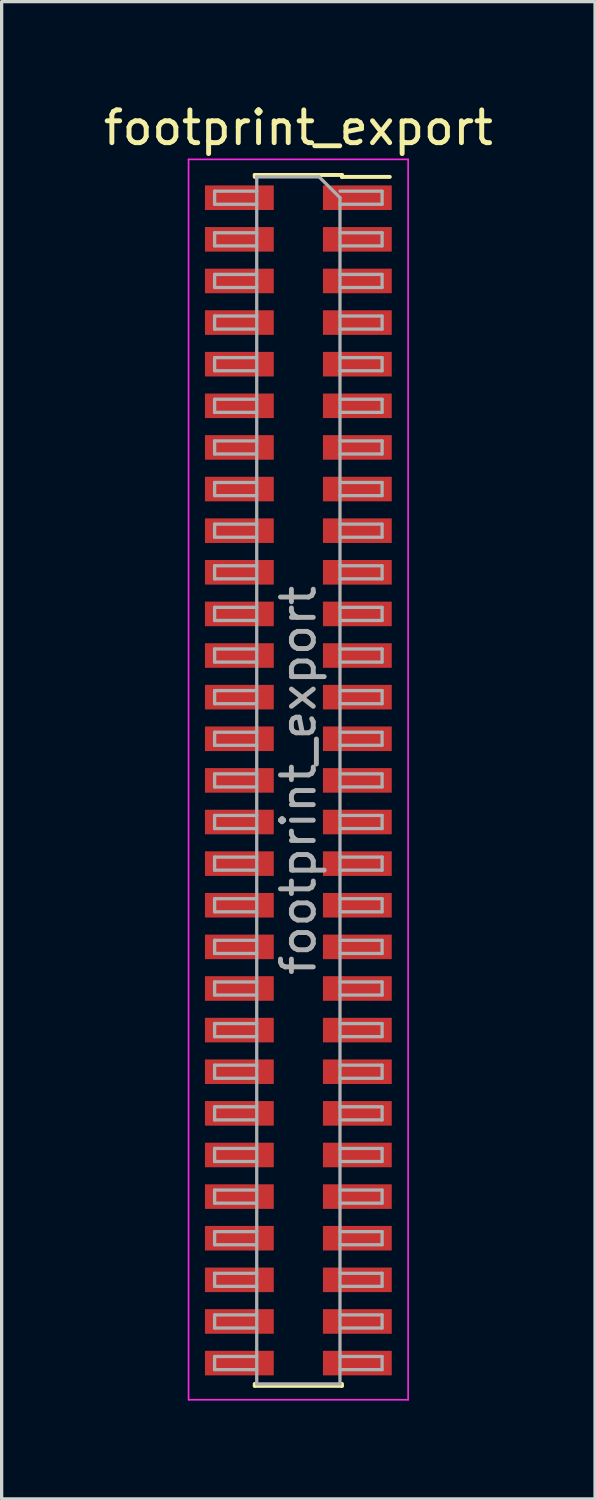
<source format=kicad_pcb>
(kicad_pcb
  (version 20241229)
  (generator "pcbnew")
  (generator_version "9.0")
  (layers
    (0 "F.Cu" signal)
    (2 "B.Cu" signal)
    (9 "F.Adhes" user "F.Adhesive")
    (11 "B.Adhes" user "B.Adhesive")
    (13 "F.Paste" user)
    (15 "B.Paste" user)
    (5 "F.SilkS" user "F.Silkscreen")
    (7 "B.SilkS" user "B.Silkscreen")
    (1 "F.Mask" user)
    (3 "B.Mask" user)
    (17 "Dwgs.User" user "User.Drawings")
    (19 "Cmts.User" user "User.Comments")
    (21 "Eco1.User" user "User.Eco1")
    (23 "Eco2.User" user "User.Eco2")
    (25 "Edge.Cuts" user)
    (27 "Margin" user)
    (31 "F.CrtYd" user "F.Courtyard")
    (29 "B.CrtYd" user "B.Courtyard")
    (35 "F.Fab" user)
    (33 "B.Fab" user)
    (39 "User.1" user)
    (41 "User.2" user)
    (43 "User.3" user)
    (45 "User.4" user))
  (footprint "footprint_export"
    (layer "F.Cu")
    (at 6.054 20.763)
    (property "Reference" "footprint_export" (at 0 -19.915 0) (layer "F.SilkS") (effects (font (size 1 1) (thickness 0.15))))
    (attr smd)
    (fp_line (start -1.33 -18.475) (end -1.33 -18.415) (stroke (width 0.12) (type solid)) (layer "F.SilkS"))
    (fp_line (start -1.33 -18.475) (end 1.33 -18.475) (stroke (width 0.12) (type solid)) (layer "F.SilkS"))
    (fp_line (start -1.33 18.415) (end -1.33 18.475) (stroke (width 0.12) (type solid)) (layer "F.SilkS"))
    (fp_line (start -1.33 18.475) (end 1.33 18.475) (stroke (width 0.12) (type solid)) (layer "F.SilkS"))
    (fp_line (start 1.33 -18.475) (end 1.33 -18.415) (stroke (width 0.12) (type solid)) (layer "F.SilkS"))
    (fp_line (start 1.33 -18.415) (end 2.79 -18.415) (stroke (width 0.12) (type solid)) (layer "F.SilkS"))
    (fp_line (start 1.33 18.415) (end 1.33 18.475) (stroke (width 0.12) (type solid)) (layer "F.SilkS"))
    (fp_line (start -3.35 -18.95) (end 3.35 -18.95) (stroke (width 0.05) (type solid)) (layer "F.CrtYd"))
    (fp_line (start -3.35 18.9) (end -3.35 -18.95) (stroke (width 0.05) (type solid)) (layer "F.CrtYd"))
    (fp_line (start 3.35 -18.95) (end 3.35 18.9) (stroke (width 0.05) (type solid)) (layer "F.CrtYd"))
    (fp_line (start 3.35 18.9) (end -3.35 18.9) (stroke (width 0.05) (type solid)) (layer "F.CrtYd"))
    (fp_line (start -2.555 -17.98) (end -1.27 -17.98) (stroke (width 0.1) (type solid)) (layer "F.Fab"))
    (fp_line (start -2.555 -17.58) (end -2.555 -17.98) (stroke (width 0.1) (type solid)) (layer "F.Fab"))
    (fp_line (start -2.555 -16.71) (end -1.27 -16.71) (stroke (width 0.1) (type solid)) (layer "F.Fab"))
    (fp_line (start -2.555 -16.31) (end -2.555 -16.71) (stroke (width 0.1) (type solid)) (layer "F.Fab"))
    (fp_line (start -2.555 -15.44) (end -1.27 -15.44) (stroke (width 0.1) (type solid)) (layer "F.Fab"))
    (fp_line (start -2.555 -15.04) (end -2.555 -15.44) (stroke (width 0.1) (type solid)) (layer "F.Fab"))
    (fp_line (start -2.555 -14.17) (end -1.27 -14.17) (stroke (width 0.1) (type solid)) (layer "F.Fab"))
    (fp_line (start -2.555 -13.77) (end -2.555 -14.17) (stroke (width 0.1) (type solid)) (layer "F.Fab"))
    (fp_line (start -2.555 -12.9) (end -1.27 -12.9) (stroke (width 0.1) (type solid)) (layer "F.Fab"))
    (fp_line (start -2.555 -12.5) (end -2.555 -12.9) (stroke (width 0.1) (type solid)) (layer "F.Fab"))
    (fp_line (start -2.555 -11.63) (end -1.27 -11.63) (stroke (width 0.1) (type solid)) (layer "F.Fab"))
    (fp_line (start -2.555 -11.23) (end -2.555 -11.63) (stroke (width 0.1) (type solid)) (layer "F.Fab"))
    (fp_line (start -2.555 -10.36) (end -1.27 -10.36) (stroke (width 0.1) (type solid)) (layer "F.Fab"))
    (fp_line (start -2.555 -9.96) (end -2.555 -10.36) (stroke (width 0.1) (type solid)) (layer "F.Fab"))
    (fp_line (start -2.555 -9.09) (end -1.27 -9.09) (stroke (width 0.1) (type solid)) (layer "F.Fab"))
    (fp_line (start -2.555 -8.69) (end -2.555 -9.09) (stroke (width 0.1) (type solid)) (layer "F.Fab"))
    (fp_line (start -2.555 -7.82) (end -1.27 -7.82) (stroke (width 0.1) (type solid)) (layer "F.Fab"))
    (fp_line (start -2.555 -7.42) (end -2.555 -7.82) (stroke (width 0.1) (type solid)) (layer "F.Fab"))
    (fp_line (start -2.555 -6.55) (end -1.27 -6.55) (stroke (width 0.1) (type solid)) (layer "F.Fab"))
    (fp_line (start -2.555 -6.15) (end -2.555 -6.55) (stroke (width 0.1) (type solid)) (layer "F.Fab"))
    (fp_line (start -2.555 -5.28) (end -1.27 -5.28) (stroke (width 0.1) (type solid)) (layer "F.Fab"))
    (fp_line (start -2.555 -4.88) (end -2.555 -5.28) (stroke (width 0.1) (type solid)) (layer "F.Fab"))
    (fp_line (start -2.555 -4.01) (end -1.27 -4.01) (stroke (width 0.1) (type solid)) (layer "F.Fab"))
    (fp_line (start -2.555 -3.61) (end -2.555 -4.01) (stroke (width 0.1) (type solid)) (layer "F.Fab"))
    (fp_line (start -2.555 -2.74) (end -1.27 -2.74) (stroke (width 0.1) (type solid)) (layer "F.Fab"))
    (fp_line (start -2.555 -2.34) (end -2.555 -2.74) (stroke (width 0.1) (type solid)) (layer "F.Fab"))
    (fp_line (start -2.555 -1.47) (end -1.27 -1.47) (stroke (width 0.1) (type solid)) (layer "F.Fab"))
    (fp_line (start -2.555 -1.07) (end -2.555 -1.47) (stroke (width 0.1) (type solid)) (layer "F.Fab"))
    (fp_line (start -2.555 -0.2) (end -1.27 -0.2) (stroke (width 0.1) (type solid)) (layer "F.Fab"))
    (fp_line (start -2.555 0.2) (end -2.555 -0.2) (stroke (width 0.1) (type solid)) (layer "F.Fab"))
    (fp_line (start -2.555 1.07) (end -1.27 1.07) (stroke (width 0.1) (type solid)) (layer "F.Fab"))
    (fp_line (start -2.555 1.47) (end -2.555 1.07) (stroke (width 0.1) (type solid)) (layer "F.Fab"))
    (fp_line (start -2.555 2.34) (end -1.27 2.34) (stroke (width 0.1) (type solid)) (layer "F.Fab"))
    (fp_line (start -2.555 2.74) (end -2.555 2.34) (stroke (width 0.1) (type solid)) (layer "F.Fab"))
    (fp_line (start -2.555 3.61) (end -1.27 3.61) (stroke (width 0.1) (type solid)) (layer "F.Fab"))
    (fp_line (start -2.555 4.01) (end -2.555 3.61) (stroke (width 0.1) (type solid)) (layer "F.Fab"))
    (fp_line (start -2.555 4.88) (end -1.27 4.88) (stroke (width 0.1) (type solid)) (layer "F.Fab"))
    (fp_line (start -2.555 5.28) (end -2.555 4.88) (stroke (width 0.1) (type solid)) (layer "F.Fab"))
    (fp_line (start -2.555 6.15) (end -1.27 6.15) (stroke (width 0.1) (type solid)) (layer "F.Fab"))
    (fp_line (start -2.555 6.55) (end -2.555 6.15) (stroke (width 0.1) (type solid)) (layer "F.Fab"))
    (fp_line (start -2.555 7.42) (end -1.27 7.42) (stroke (width 0.1) (type solid)) (layer "F.Fab"))
    (fp_line (start -2.555 7.82) (end -2.555 7.42) (stroke (width 0.1) (type solid)) (layer "F.Fab"))
    (fp_line (start -2.555 8.69) (end -1.27 8.69) (stroke (width 0.1) (type solid)) (layer "F.Fab"))
    (fp_line (start -2.555 9.09) (end -2.555 8.69) (stroke (width 0.1) (type solid)) (layer "F.Fab"))
    (fp_line (start -2.555 9.96) (end -1.27 9.96) (stroke (width 0.1) (type solid)) (layer "F.Fab"))
    (fp_line (start -2.555 10.36) (end -2.555 9.96) (stroke (width 0.1) (type solid)) (layer "F.Fab"))
    (fp_line (start -2.555 11.23) (end -1.27 11.23) (stroke (width 0.1) (type solid)) (layer "F.Fab"))
    (fp_line (start -2.555 11.63) (end -2.555 11.23) (stroke (width 0.1) (type solid)) (layer "F.Fab"))
    (fp_line (start -2.555 12.5) (end -1.27 12.5) (stroke (width 0.1) (type solid)) (layer "F.Fab"))
    (fp_line (start -2.555 12.9) (end -2.555 12.5) (stroke (width 0.1) (type solid)) (layer "F.Fab"))
    (fp_line (start -2.555 13.77) (end -1.27 13.77) (stroke (width 0.1) (type solid)) (layer "F.Fab"))
    (fp_line (start -2.555 14.17) (end -2.555 13.77) (stroke (width 0.1) (type solid)) (layer "F.Fab"))
    (fp_line (start -2.555 15.04) (end -1.27 15.04) (stroke (width 0.1) (type solid)) (layer "F.Fab"))
    (fp_line (start -2.555 15.44) (end -2.555 15.04) (stroke (width 0.1) (type solid)) (layer "F.Fab"))
    (fp_line (start -2.555 16.31) (end -1.27 16.31) (stroke (width 0.1) (type solid)) (layer "F.Fab"))
    (fp_line (start -2.555 16.71) (end -2.555 16.31) (stroke (width 0.1) (type solid)) (layer "F.Fab"))
    (fp_line (start -2.555 17.58) (end -1.27 17.58) (stroke (width 0.1) (type solid)) (layer "F.Fab"))
    (fp_line (start -2.555 17.98) (end -2.555 17.58) (stroke (width 0.1) (type solid)) (layer "F.Fab"))
    (fp_line (start -1.27 -18.415) (end 0.635 -18.415) (stroke (width 0.1) (type solid)) (layer "F.Fab"))
    (fp_line (start -1.27 -17.58) (end -2.555 -17.58) (stroke (width 0.1) (type solid)) (layer "F.Fab"))
    (fp_line (start -1.27 -16.31) (end -2.555 -16.31) (stroke (width 0.1) (type solid)) (layer "F.Fab"))
    (fp_line (start -1.27 -15.04) (end -2.555 -15.04) (stroke (width 0.1) (type solid)) (layer "F.Fab"))
    (fp_line (start -1.27 -13.77) (end -2.555 -13.77) (stroke (width 0.1) (type solid)) (layer "F.Fab"))
    (fp_line (start -1.27 -12.5) (end -2.555 -12.5) (stroke (width 0.1) (type solid)) (layer "F.Fab"))
    (fp_line (start -1.27 -11.23) (end -2.555 -11.23) (stroke (width 0.1) (type solid)) (layer "F.Fab"))
    (fp_line (start -1.27 -9.96) (end -2.555 -9.96) (stroke (width 0.1) (type solid)) (layer "F.Fab"))
    (fp_line (start -1.27 -8.69) (end -2.555 -8.69) (stroke (width 0.1) (type solid)) (layer "F.Fab"))
    (fp_line (start -1.27 -7.42) (end -2.555 -7.42) (stroke (width 0.1) (type solid)) (layer "F.Fab"))
    (fp_line (start -1.27 -6.15) (end -2.555 -6.15) (stroke (width 0.1) (type solid)) (layer "F.Fab"))
    (fp_line (start -1.27 -4.88) (end -2.555 -4.88) (stroke (width 0.1) (type solid)) (layer "F.Fab"))
    (fp_line (start -1.27 -3.61) (end -2.555 -3.61) (stroke (width 0.1) (type solid)) (layer "F.Fab"))
    (fp_line (start -1.27 -2.34) (end -2.555 -2.34) (stroke (width 0.1) (type solid)) (layer "F.Fab"))
    (fp_line (start -1.27 -1.07) (end -2.555 -1.07) (stroke (width 0.1) (type solid)) (layer "F.Fab"))
    (fp_line (start -1.27 0.2) (end -2.555 0.2) (stroke (width 0.1) (type solid)) (layer "F.Fab"))
    (fp_line (start -1.27 1.47) (end -2.555 1.47) (stroke (width 0.1) (type solid)) (layer "F.Fab"))
    (fp_line (start -1.27 2.74) (end -2.555 2.74) (stroke (width 0.1) (type solid)) (layer "F.Fab"))
    (fp_line (start -1.27 4.01) (end -2.555 4.01) (stroke (width 0.1) (type solid)) (layer "F.Fab"))
    (fp_line (start -1.27 5.28) (end -2.555 5.28) (stroke (width 0.1) (type solid)) (layer "F.Fab"))
    (fp_line (start -1.27 6.55) (end -2.555 6.55) (stroke (width 0.1) (type solid)) (layer "F.Fab"))
    (fp_line (start -1.27 7.82) (end -2.555 7.82) (stroke (width 0.1) (type solid)) (layer "F.Fab"))
    (fp_line (start -1.27 9.09) (end -2.555 9.09) (stroke (width 0.1) (type solid)) (layer "F.Fab"))
    (fp_line (start -1.27 10.36) (end -2.555 10.36) (stroke (width 0.1) (type solid)) (layer "F.Fab"))
    (fp_line (start -1.27 11.63) (end -2.555 11.63) (stroke (width 0.1) (type solid)) (layer "F.Fab"))
    (fp_line (start -1.27 12.9) (end -2.555 12.9) (stroke (width 0.1) (type solid)) (layer "F.Fab"))
    (fp_line (start -1.27 14.17) (end -2.555 14.17) (stroke (width 0.1) (type solid)) (layer "F.Fab"))
    (fp_line (start -1.27 15.44) (end -2.555 15.44) (stroke (width 0.1) (type solid)) (layer "F.Fab"))
    (fp_line (start -1.27 16.71) (end -2.555 16.71) (stroke (width 0.1) (type solid)) (layer "F.Fab"))
    (fp_line (start -1.27 17.98) (end -2.555 17.98) (stroke (width 0.1) (type solid)) (layer "F.Fab"))
    (fp_line (start -1.27 18.415) (end -1.27 -18.415) (stroke (width 0.1) (type solid)) (layer "F.Fab"))
    (fp_line (start 0.635 -18.415) (end 1.27 -17.78) (stroke (width 0.1) (type solid)) (layer "F.Fab"))
    (fp_line (start 1.27 -17.98) (end 2.555 -17.98) (stroke (width 0.1) (type solid)) (layer "F.Fab"))
    (fp_line (start 1.27 -17.78) (end 1.27 18.415) (stroke (width 0.1) (type solid)) (layer "F.Fab"))
    (fp_line (start 1.27 -16.71) (end 2.555 -16.71) (stroke (width 0.1) (type solid)) (layer "F.Fab"))
    (fp_line (start 1.27 -15.44) (end 2.555 -15.44) (stroke (width 0.1) (type solid)) (layer "F.Fab"))
    (fp_line (start 1.27 -14.17) (end 2.555 -14.17) (stroke (width 0.1) (type solid)) (layer "F.Fab"))
    (fp_line (start 1.27 -12.9) (end 2.555 -12.9) (stroke (width 0.1) (type solid)) (layer "F.Fab"))
    (fp_line (start 1.27 -11.63) (end 2.555 -11.63) (stroke (width 0.1) (type solid)) (layer "F.Fab"))
    (fp_line (start 1.27 -10.36) (end 2.555 -10.36) (stroke (width 0.1) (type solid)) (layer "F.Fab"))
    (fp_line (start 1.27 -9.09) (end 2.555 -9.09) (stroke (width 0.1) (type solid)) (layer "F.Fab"))
    (fp_line (start 1.27 -7.82) (end 2.555 -7.82) (stroke (width 0.1) (type solid)) (layer "F.Fab"))
    (fp_line (start 1.27 -6.55) (end 2.555 -6.55) (stroke (width 0.1) (type solid)) (layer "F.Fab"))
    (fp_line (start 1.27 -5.28) (end 2.555 -5.28) (stroke (width 0.1) (type solid)) (layer "F.Fab"))
    (fp_line (start 1.27 -4.01) (end 2.555 -4.01) (stroke (width 0.1) (type solid)) (layer "F.Fab"))
    (fp_line (start 1.27 -2.74) (end 2.555 -2.74) (stroke (width 0.1) (type solid)) (layer "F.Fab"))
    (fp_line (start 1.27 -1.47) (end 2.555 -1.47) (stroke (width 0.1) (type solid)) (layer "F.Fab"))
    (fp_line (start 1.27 -0.2) (end 2.555 -0.2) (stroke (width 0.1) (type solid)) (layer "F.Fab"))
    (fp_line (start 1.27 1.07) (end 2.555 1.07) (stroke (width 0.1) (type solid)) (layer "F.Fab"))
    (fp_line (start 1.27 2.34) (end 2.555 2.34) (stroke (width 0.1) (type solid)) (layer "F.Fab"))
    (fp_line (start 1.27 3.61) (end 2.555 3.61) (stroke (width 0.1) (type solid)) (layer "F.Fab"))
    (fp_line (start 1.27 4.88) (end 2.555 4.88) (stroke (width 0.1) (type solid)) (layer "F.Fab"))
    (fp_line (start 1.27 6.15) (end 2.555 6.15) (stroke (width 0.1) (type solid)) (layer "F.Fab"))
    (fp_line (start 1.27 7.42) (end 2.555 7.42) (stroke (width 0.1) (type solid)) (layer "F.Fab"))
    (fp_line (start 1.27 8.69) (end 2.555 8.69) (stroke (width 0.1) (type solid)) (layer "F.Fab"))
    (fp_line (start 1.27 9.96) (end 2.555 9.96) (stroke (width 0.1) (type solid)) (layer "F.Fab"))
    (fp_line (start 1.27 11.23) (end 2.555 11.23) (stroke (width 0.1) (type solid)) (layer "F.Fab"))
    (fp_line (start 1.27 12.5) (end 2.555 12.5) (stroke (width 0.1) (type solid)) (layer "F.Fab"))
    (fp_line (start 1.27 13.77) (end 2.555 13.77) (stroke (width 0.1) (type solid)) (layer "F.Fab"))
    (fp_line (start 1.27 15.04) (end 2.555 15.04) (stroke (width 0.1) (type solid)) (layer "F.Fab"))
    (fp_line (start 1.27 16.31) (end 2.555 16.31) (stroke (width 0.1) (type solid)) (layer "F.Fab"))
    (fp_line (start 1.27 17.58) (end 2.555 17.58) (stroke (width 0.1) (type solid)) (layer "F.Fab"))
    (fp_line (start 1.27 18.415) (end -1.27 18.415) (stroke (width 0.1) (type solid)) (layer "F.Fab"))
    (fp_line (start 2.555 -17.98) (end 2.555 -17.58) (stroke (width 0.1) (type solid)) (layer "F.Fab"))
    (fp_line (start 2.555 -17.58) (end 1.27 -17.58) (stroke (width 0.1) (type solid)) (layer "F.Fab"))
    (fp_line (start 2.555 -16.71) (end 2.555 -16.31) (stroke (width 0.1) (type solid)) (layer "F.Fab"))
    (fp_line (start 2.555 -16.31) (end 1.27 -16.31) (stroke (width 0.1) (type solid)) (layer "F.Fab"))
    (fp_line (start 2.555 -15.44) (end 2.555 -15.04) (stroke (width 0.1) (type solid)) (layer "F.Fab"))
    (fp_line (start 2.555 -15.04) (end 1.27 -15.04) (stroke (width 0.1) (type solid)) (layer "F.Fab"))
    (fp_line (start 2.555 -14.17) (end 2.555 -13.77) (stroke (width 0.1) (type solid)) (layer "F.Fab"))
    (fp_line (start 2.555 -13.77) (end 1.27 -13.77) (stroke (width 0.1) (type solid)) (layer "F.Fab"))
    (fp_line (start 2.555 -12.9) (end 2.555 -12.5) (stroke (width 0.1) (type solid)) (layer "F.Fab"))
    (fp_line (start 2.555 -12.5) (end 1.27 -12.5) (stroke (width 0.1) (type solid)) (layer "F.Fab"))
    (fp_line (start 2.555 -11.63) (end 2.555 -11.23) (stroke (width 0.1) (type solid)) (layer "F.Fab"))
    (fp_line (start 2.555 -11.23) (end 1.27 -11.23) (stroke (width 0.1) (type solid)) (layer "F.Fab"))
    (fp_line (start 2.555 -10.36) (end 2.555 -9.96) (stroke (width 0.1) (type solid)) (layer "F.Fab"))
    (fp_line (start 2.555 -9.96) (end 1.27 -9.96) (stroke (width 0.1) (type solid)) (layer "F.Fab"))
    (fp_line (start 2.555 -9.09) (end 2.555 -8.69) (stroke (width 0.1) (type solid)) (layer "F.Fab"))
    (fp_line (start 2.555 -8.69) (end 1.27 -8.69) (stroke (width 0.1) (type solid)) (layer "F.Fab"))
    (fp_line (start 2.555 -7.82) (end 2.555 -7.42) (stroke (width 0.1) (type solid)) (layer "F.Fab"))
    (fp_line (start 2.555 -7.42) (end 1.27 -7.42) (stroke (width 0.1) (type solid)) (layer "F.Fab"))
    (fp_line (start 2.555 -6.55) (end 2.555 -6.15) (stroke (width 0.1) (type solid)) (layer "F.Fab"))
    (fp_line (start 2.555 -6.15) (end 1.27 -6.15) (stroke (width 0.1) (type solid)) (layer "F.Fab"))
    (fp_line (start 2.555 -5.28) (end 2.555 -4.88) (stroke (width 0.1) (type solid)) (layer "F.Fab"))
    (fp_line (start 2.555 -4.88) (end 1.27 -4.88) (stroke (width 0.1) (type solid)) (layer "F.Fab"))
    (fp_line (start 2.555 -4.01) (end 2.555 -3.61) (stroke (width 0.1) (type solid)) (layer "F.Fab"))
    (fp_line (start 2.555 -3.61) (end 1.27 -3.61) (stroke (width 0.1) (type solid)) (layer "F.Fab"))
    (fp_line (start 2.555 -2.74) (end 2.555 -2.34) (stroke (width 0.1) (type solid)) (layer "F.Fab"))
    (fp_line (start 2.555 -2.34) (end 1.27 -2.34) (stroke (width 0.1) (type solid)) (layer "F.Fab"))
    (fp_line (start 2.555 -1.47) (end 2.555 -1.07) (stroke (width 0.1) (type solid)) (layer "F.Fab"))
    (fp_line (start 2.555 -1.07) (end 1.27 -1.07) (stroke (width 0.1) (type solid)) (layer "F.Fab"))
    (fp_line (start 2.555 -0.2) (end 2.555 0.2) (stroke (width 0.1) (type solid)) (layer "F.Fab"))
    (fp_line (start 2.555 0.2) (end 1.27 0.2) (stroke (width 0.1) (type solid)) (layer "F.Fab"))
    (fp_line (start 2.555 1.07) (end 2.555 1.47) (stroke (width 0.1) (type solid)) (layer "F.Fab"))
    (fp_line (start 2.555 1.47) (end 1.27 1.47) (stroke (width 0.1) (type solid)) (layer "F.Fab"))
    (fp_line (start 2.555 2.34) (end 2.555 2.74) (stroke (width 0.1) (type solid)) (layer "F.Fab"))
    (fp_line (start 2.555 2.74) (end 1.27 2.74) (stroke (width 0.1) (type solid)) (layer "F.Fab"))
    (fp_line (start 2.555 3.61) (end 2.555 4.01) (stroke (width 0.1) (type solid)) (layer "F.Fab"))
    (fp_line (start 2.555 4.01) (end 1.27 4.01) (stroke (width 0.1) (type solid)) (layer "F.Fab"))
    (fp_line (start 2.555 4.88) (end 2.555 5.28) (stroke (width 0.1) (type solid)) (layer "F.Fab"))
    (fp_line (start 2.555 5.28) (end 1.27 5.28) (stroke (width 0.1) (type solid)) (layer "F.Fab"))
    (fp_line (start 2.555 6.15) (end 2.555 6.55) (stroke (width 0.1) (type solid)) (layer "F.Fab"))
    (fp_line (start 2.555 6.55) (end 1.27 6.55) (stroke (width 0.1) (type solid)) (layer "F.Fab"))
    (fp_line (start 2.555 7.42) (end 2.555 7.82) (stroke (width 0.1) (type solid)) (layer "F.Fab"))
    (fp_line (start 2.555 7.82) (end 1.27 7.82) (stroke (width 0.1) (type solid)) (layer "F.Fab"))
    (fp_line (start 2.555 8.69) (end 2.555 9.09) (stroke (width 0.1) (type solid)) (layer "F.Fab"))
    (fp_line (start 2.555 9.09) (end 1.27 9.09) (stroke (width 0.1) (type solid)) (layer "F.Fab"))
    (fp_line (start 2.555 9.96) (end 2.555 10.36) (stroke (width 0.1) (type solid)) (layer "F.Fab"))
    (fp_line (start 2.555 10.36) (end 1.27 10.36) (stroke (width 0.1) (type solid)) (layer "F.Fab"))
    (fp_line (start 2.555 11.23) (end 2.555 11.63) (stroke (width 0.1) (type solid)) (layer "F.Fab"))
    (fp_line (start 2.555 11.63) (end 1.27 11.63) (stroke (width 0.1) (type solid)) (layer "F.Fab"))
    (fp_line (start 2.555 12.5) (end 2.555 12.9) (stroke (width 0.1) (type solid)) (layer "F.Fab"))
    (fp_line (start 2.555 12.9) (end 1.27 12.9) (stroke (width 0.1) (type solid)) (layer "F.Fab"))
    (fp_line (start 2.555 13.77) (end 2.555 14.17) (stroke (width 0.1) (type solid)) (layer "F.Fab"))
    (fp_line (start 2.555 14.17) (end 1.27 14.17) (stroke (width 0.1) (type solid)) (layer "F.Fab"))
    (fp_line (start 2.555 15.04) (end 2.555 15.44) (stroke (width 0.1) (type solid)) (layer "F.Fab"))
    (fp_line (start 2.555 15.44) (end 1.27 15.44) (stroke (width 0.1) (type solid)) (layer "F.Fab"))
    (fp_line (start 2.555 16.31) (end 2.555 16.71) (stroke (width 0.1) (type solid)) (layer "F.Fab"))
    (fp_line (start 2.555 16.71) (end 1.27 16.71) (stroke (width 0.1) (type solid)) (layer "F.Fab"))
    (fp_line (start 2.555 17.58) (end 2.555 17.98) (stroke (width 0.1) (type solid)) (layer "F.Fab"))
    (fp_line (start 2.555 17.98) (end 1.27 17.98) (stroke (width 0.1) (type solid)) (layer "F.Fab"))
    (fp_text user "${REFERENCE}" (at 0 0 90) (layer "F.Fab") (effects (font (size 1 1) (thickness 0.15))))
    (pad "1" smd rect (at 1.8 -17.78) (size 2.1 0.75) (layers "F.Cu" "F.Mask" "F.Paste"))
    (pad "2" smd rect (at -1.8 -17.78) (size 2.1 0.75) (layers "F.Cu" "F.Mask" "F.Paste"))
    (pad "3" smd rect (at 1.8 -16.51) (size 2.1 0.75) (layers "F.Cu" "F.Mask" "F.Paste"))
    (pad "4" smd rect (at -1.8 -16.51) (size 2.1 0.75) (layers "F.Cu" "F.Mask" "F.Paste"))
    (pad "5" smd rect (at 1.8 -15.24) (size 2.1 0.75) (layers "F.Cu" "F.Mask" "F.Paste"))
    (pad "6" smd rect (at -1.8 -15.24) (size 2.1 0.75) (layers "F.Cu" "F.Mask" "F.Paste"))
    (pad "7" smd rect (at 1.8 -13.97) (size 2.1 0.75) (layers "F.Cu" "F.Mask" "F.Paste"))
    (pad "8" smd rect (at -1.8 -13.97) (size 2.1 0.75) (layers "F.Cu" "F.Mask" "F.Paste"))
    (pad "9" smd rect (at 1.8 -12.7) (size 2.1 0.75) (layers "F.Cu" "F.Mask" "F.Paste"))
    (pad "10" smd rect (at -1.8 -12.7) (size 2.1 0.75) (layers "F.Cu" "F.Mask" "F.Paste"))
    (pad "11" smd rect (at 1.8 -11.43) (size 2.1 0.75) (layers "F.Cu" "F.Mask" "F.Paste"))
    (pad "12" smd rect (at -1.8 -11.43) (size 2.1 0.75) (layers "F.Cu" "F.Mask" "F.Paste"))
    (pad "13" smd rect (at 1.8 -10.16) (size 2.1 0.75) (layers "F.Cu" "F.Mask" "F.Paste"))
    (pad "14" smd rect (at -1.8 -10.16) (size 2.1 0.75) (layers "F.Cu" "F.Mask" "F.Paste"))
    (pad "15" smd rect (at 1.8 -8.89) (size 2.1 0.75) (layers "F.Cu" "F.Mask" "F.Paste"))
    (pad "16" smd rect (at -1.8 -8.89) (size 2.1 0.75) (layers "F.Cu" "F.Mask" "F.Paste"))
    (pad "17" smd rect (at 1.8 -7.62) (size 2.1 0.75) (layers "F.Cu" "F.Mask" "F.Paste"))
    (pad "18" smd rect (at -1.8 -7.62) (size 2.1 0.75) (layers "F.Cu" "F.Mask" "F.Paste"))
    (pad "19" smd rect (at 1.8 -6.35) (size 2.1 0.75) (layers "F.Cu" "F.Mask" "F.Paste"))
    (pad "20" smd rect (at -1.8 -6.35) (size 2.1 0.75) (layers "F.Cu" "F.Mask" "F.Paste"))
    (pad "21" smd rect (at 1.8 -5.08) (size 2.1 0.75) (layers "F.Cu" "F.Mask" "F.Paste"))
    (pad "22" smd rect (at -1.8 -5.08) (size 2.1 0.75) (layers "F.Cu" "F.Mask" "F.Paste"))
    (pad "23" smd rect (at 1.8 -3.81) (size 2.1 0.75) (layers "F.Cu" "F.Mask" "F.Paste"))
    (pad "24" smd rect (at -1.8 -3.81) (size 2.1 0.75) (layers "F.Cu" "F.Mask" "F.Paste"))
    (pad "25" smd rect (at 1.8 -2.54) (size 2.1 0.75) (layers "F.Cu" "F.Mask" "F.Paste"))
    (pad "26" smd rect (at -1.8 -2.54) (size 2.1 0.75) (layers "F.Cu" "F.Mask" "F.Paste"))
    (pad "27" smd rect (at 1.8 -1.27) (size 2.1 0.75) (layers "F.Cu" "F.Mask" "F.Paste"))
    (pad "28" smd rect (at -1.8 -1.27) (size 2.1 0.75) (layers "F.Cu" "F.Mask" "F.Paste"))
    (pad "29" smd rect (at 1.8 0) (size 2.1 0.75) (layers "F.Cu" "F.Mask" "F.Paste"))
    (pad "30" smd rect (at -1.8 0) (size 2.1 0.75) (layers "F.Cu" "F.Mask" "F.Paste"))
    (pad "31" smd rect (at 1.8 1.27) (size 2.1 0.75) (layers "F.Cu" "F.Mask" "F.Paste"))
    (pad "32" smd rect (at -1.8 1.27) (size 2.1 0.75) (layers "F.Cu" "F.Mask" "F.Paste"))
    (pad "33" smd rect (at 1.8 2.54) (size 2.1 0.75) (layers "F.Cu" "F.Mask" "F.Paste"))
    (pad "34" smd rect (at -1.8 2.54) (size 2.1 0.75) (layers "F.Cu" "F.Mask" "F.Paste"))
    (pad "35" smd rect (at 1.8 3.81) (size 2.1 0.75) (layers "F.Cu" "F.Mask" "F.Paste"))
    (pad "36" smd rect (at -1.8 3.81) (size 2.1 0.75) (layers "F.Cu" "F.Mask" "F.Paste"))
    (pad "37" smd rect (at 1.8 5.08) (size 2.1 0.75) (layers "F.Cu" "F.Mask" "F.Paste"))
    (pad "38" smd rect (at -1.8 5.08) (size 2.1 0.75) (layers "F.Cu" "F.Mask" "F.Paste"))
    (pad "39" smd rect (at 1.8 6.35) (size 2.1 0.75) (layers "F.Cu" "F.Mask" "F.Paste"))
    (pad "40" smd rect (at -1.8 6.35) (size 2.1 0.75) (layers "F.Cu" "F.Mask" "F.Paste"))
    (pad "41" smd rect (at 1.8 7.62) (size 2.1 0.75) (layers "F.Cu" "F.Mask" "F.Paste"))
    (pad "42" smd rect (at -1.8 7.62) (size 2.1 0.75) (layers "F.Cu" "F.Mask" "F.Paste"))
    (pad "43" smd rect (at 1.8 8.89) (size 2.1 0.75) (layers "F.Cu" "F.Mask" "F.Paste"))
    (pad "44" smd rect (at -1.8 8.89) (size 2.1 0.75) (layers "F.Cu" "F.Mask" "F.Paste"))
    (pad "45" smd rect (at 1.8 10.16) (size 2.1 0.75) (layers "F.Cu" "F.Mask" "F.Paste"))
    (pad "46" smd rect (at -1.8 10.16) (size 2.1 0.75) (layers "F.Cu" "F.Mask" "F.Paste"))
    (pad "47" smd rect (at 1.8 11.43) (size 2.1 0.75) (layers "F.Cu" "F.Mask" "F.Paste"))
    (pad "48" smd rect (at -1.8 11.43) (size 2.1 0.75) (layers "F.Cu" "F.Mask" "F.Paste"))
    (pad "49" smd rect (at 1.8 12.7) (size 2.1 0.75) (layers "F.Cu" "F.Mask" "F.Paste"))
    (pad "50" smd rect (at -1.8 12.7) (size 2.1 0.75) (layers "F.Cu" "F.Mask" "F.Paste"))
    (pad "51" smd rect (at 1.8 13.97) (size 2.1 0.75) (layers "F.Cu" "F.Mask" "F.Paste"))
    (pad "52" smd rect (at -1.8 13.97) (size 2.1 0.75) (layers "F.Cu" "F.Mask" "F.Paste"))
    (pad "53" smd rect (at 1.8 15.24) (size 2.1 0.75) (layers "F.Cu" "F.Mask" "F.Paste"))
    (pad "54" smd rect (at -1.8 15.24) (size 2.1 0.75) (layers "F.Cu" "F.Mask" "F.Paste"))
    (pad "55" smd rect (at 1.8 16.51) (size 2.1 0.75) (layers "F.Cu" "F.Mask" "F.Paste"))
    (pad "56" smd rect (at -1.8 16.51) (size 2.1 0.75) (layers "F.Cu" "F.Mask" "F.Paste"))
    (pad "57" smd rect (at 1.8 17.78) (size 2.1 0.75) (layers "F.Cu" "F.Mask" "F.Paste"))
    (pad "58" smd rect (at -1.8 17.78) (size 2.1 0.75) (layers "F.Cu" "F.Mask" "F.Paste")))
  (gr_rect
    (start -3 -3)
    (end 15.107 42.688)
    (stroke (width 0.1) (type default))
    (fill no)
    (layer "Edge.Cuts")))
</source>
